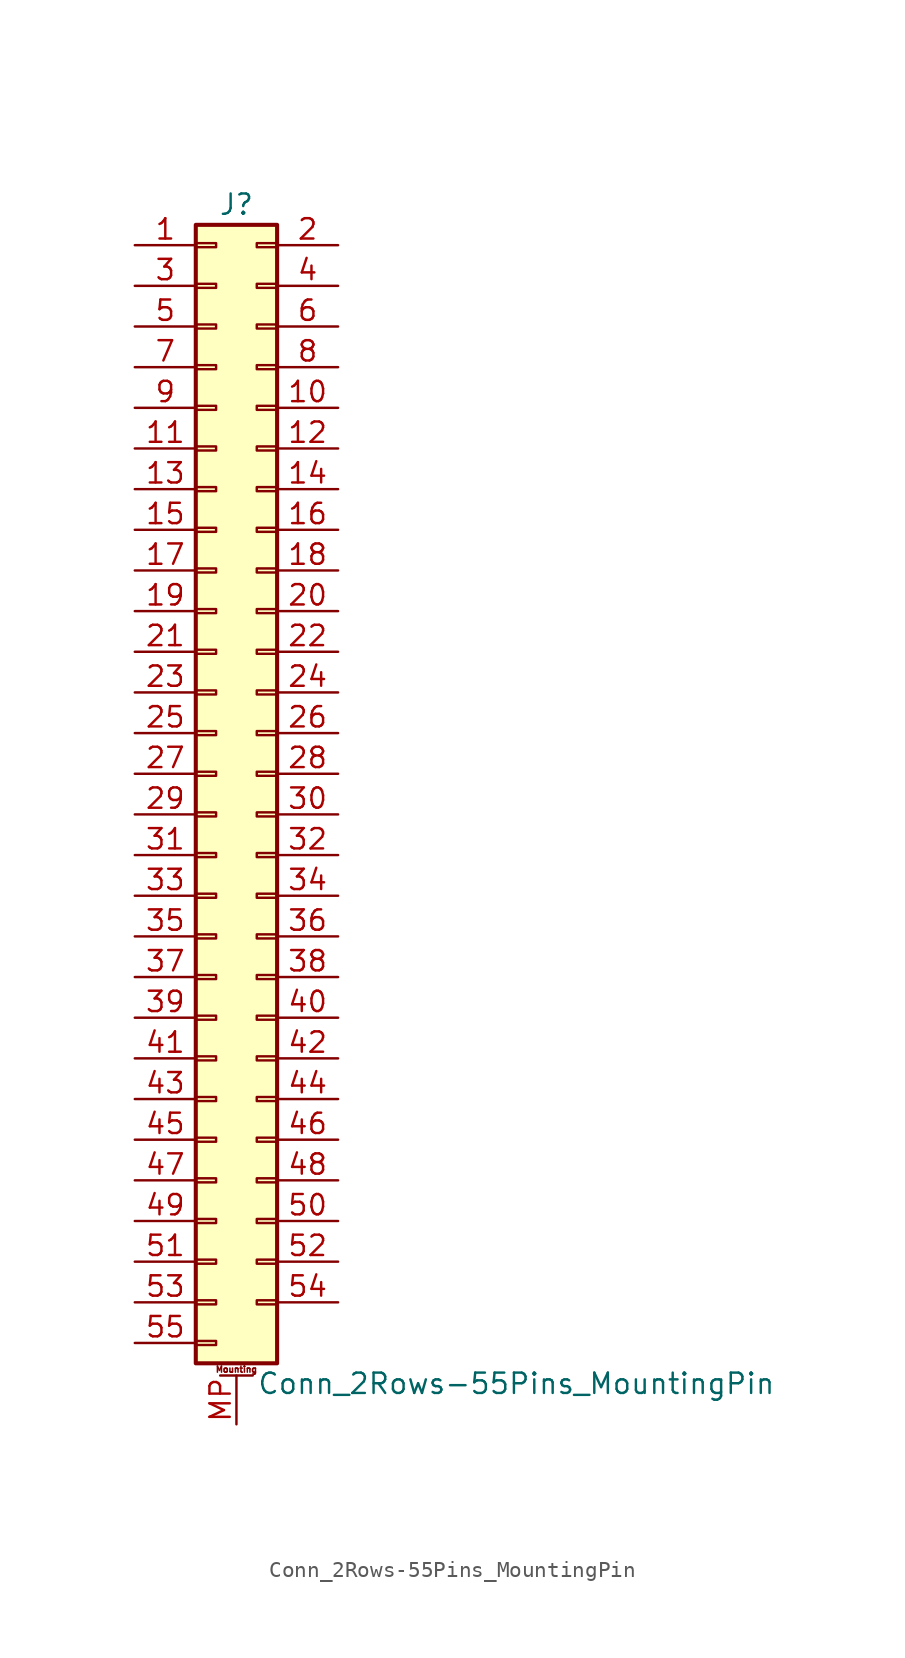
<source format=kicad_sym>
(kicad_symbol_lib
  (version 20201005)
  (generator kicad_symbol_editor)
  (symbol "Conn_2Rows-55Pins_MountingPin"
    (pin_names
      (offset 1.016) hide)
    (property "Reference" "J"
      (at 1.27 35.56 0)
      (effects (font (size 1.27 1.27))))
    (property "Value" "Conn_2Rows-55Pins_MountingPin"
      (at 2.54 -38.1 0)
      (effects (font (size 1.27 1.27)) (justify left)))
    (symbol "Conn_2Rows-55Pins_MountingPin_1_1"
      (text "Mounting" (at 1.27 -37.211 0) (effects (font (size 0.381 0.381))))
      (rectangle (start -1.27 -35.433) (end 0 -35.687) (stroke (width 0.152)) (fill (type none)))
      (rectangle (start -1.27 -32.893) (end 0 -33.147) (stroke (width 0.152)) (fill (type none)))
      (rectangle (start -1.27 -30.353) (end 0 -30.607) (stroke (width 0.152)) (fill (type none)))
      (rectangle (start -1.27 -27.813) (end 0 -28.067) (stroke (width 0.152)) (fill (type none)))
      (rectangle (start -1.27 -25.273) (end 0 -25.527) (stroke (width 0.152)) (fill (type none)))
      (rectangle (start -1.27 -22.733) (end 0 -22.987) (stroke (width 0.152)) (fill (type none)))
      (rectangle (start -1.27 -20.193) (end 0 -20.447) (stroke (width 0.152)) (fill (type none)))
      (rectangle (start -1.27 -17.653) (end 0 -17.907) (stroke (width 0.152)) (fill (type none)))
      (rectangle (start -1.27 -15.113) (end 0 -15.367) (stroke (width 0.152)) (fill (type none)))
      (rectangle (start -1.27 -12.573) (end 0 -12.827) (stroke (width 0.152)) (fill (type none)))
      (rectangle (start -1.27 -10.033) (end 0 -10.287) (stroke (width 0.152)) (fill (type none)))
      (rectangle (start -1.27 -7.493) (end 0 -7.747) (stroke (width 0.152)) (fill (type none)))
      (rectangle (start -1.27 -4.953) (end 0 -5.207) (stroke (width 0.152)) (fill (type none)))
      (rectangle (start -1.27 -2.413) (end 0 -2.667) (stroke (width 0.152)) (fill (type none)))
      (rectangle (start -1.27 0.127) (end 0 -0.127) (stroke (width 0.152)) (fill (type none)))
      (rectangle (start -1.27 2.667) (end 0 2.413) (stroke (width 0.152)) (fill (type none)))
      (rectangle (start -1.27 5.207) (end 0 4.953) (stroke (width 0.152)) (fill (type none)))
      (rectangle (start -1.27 7.747) (end 0 7.493) (stroke (width 0.152)) (fill (type none)))
      (rectangle (start -1.27 10.287) (end 0 10.033) (stroke (width 0.152)) (fill (type none)))
      (rectangle (start -1.27 12.827) (end 0 12.573) (stroke (width 0.152)) (fill (type none)))
      (rectangle (start -1.27 15.367) (end 0 15.113) (stroke (width 0.152)) (fill (type none)))
      (rectangle (start -1.27 17.907) (end 0 17.653) (stroke (width 0.152)) (fill (type none)))
      (rectangle (start -1.27 20.447) (end 0 20.193) (stroke (width 0.152)) (fill (type none)))
      (rectangle (start -1.27 22.987) (end 0 22.733) (stroke (width 0.152)) (fill (type none)))
      (rectangle (start -1.27 25.527) (end 0 25.273) (stroke (width 0.152)) (fill (type none)))
      (rectangle (start -1.27 28.067) (end 0 27.813) (stroke (width 0.152)) (fill (type none)))
      (rectangle (start -1.27 30.607) (end 0 30.353) (stroke (width 0.152)) (fill (type none)))
      (rectangle (start -1.27 33.147) (end 0 32.893) (stroke (width 0.152)) (fill (type none)))
      (rectangle (start -1.27 34.29) (end 3.81 -36.83) (stroke (width 0.254)) (fill (type background)))
      (rectangle (start 3.81 -32.893) (end 2.54 -33.147) (stroke (width 0.152)) (fill (type none)))
      (rectangle (start 3.81 -30.353) (end 2.54 -30.607) (stroke (width 0.152)) (fill (type none)))
      (rectangle (start 3.81 -27.813) (end 2.54 -28.067) (stroke (width 0.152)) (fill (type none)))
      (rectangle (start 3.81 -25.273) (end 2.54 -25.527) (stroke (width 0.152)) (fill (type none)))
      (rectangle (start 3.81 -22.733) (end 2.54 -22.987) (stroke (width 0.152)) (fill (type none)))
      (rectangle (start 3.81 -20.193) (end 2.54 -20.447) (stroke (width 0.152)) (fill (type none)))
      (rectangle (start 3.81 -17.653) (end 2.54 -17.907) (stroke (width 0.152)) (fill (type none)))
      (rectangle (start 3.81 -15.113) (end 2.54 -15.367) (stroke (width 0.152)) (fill (type none)))
      (rectangle (start 3.81 -12.573) (end 2.54 -12.827) (stroke (width 0.152)) (fill (type none)))
      (rectangle (start 3.81 -10.033) (end 2.54 -10.287) (stroke (width 0.152)) (fill (type none)))
      (rectangle (start 3.81 -7.493) (end 2.54 -7.747) (stroke (width 0.152)) (fill (type none)))
      (rectangle (start 3.81 -4.953) (end 2.54 -5.207) (stroke (width 0.152)) (fill (type none)))
      (rectangle (start 3.81 -2.413) (end 2.54 -2.667) (stroke (width 0.152)) (fill (type none)))
      (rectangle (start 3.81 0.127) (end 2.54 -0.127) (stroke (width 0.152)) (fill (type none)))
      (rectangle (start 3.81 2.667) (end 2.54 2.413) (stroke (width 0.152)) (fill (type none)))
      (rectangle (start 3.81 5.207) (end 2.54 4.953) (stroke (width 0.152)) (fill (type none)))
      (rectangle (start 3.81 7.747) (end 2.54 7.493) (stroke (width 0.152)) (fill (type none)))
      (rectangle (start 3.81 10.287) (end 2.54 10.033) (stroke (width 0.152)) (fill (type none)))
      (rectangle (start 3.81 12.827) (end 2.54 12.573) (stroke (width 0.152)) (fill (type none)))
      (rectangle (start 3.81 15.367) (end 2.54 15.113) (stroke (width 0.152)) (fill (type none)))
      (rectangle (start 3.81 17.907) (end 2.54 17.653) (stroke (width 0.152)) (fill (type none)))
      (rectangle (start 3.81 20.447) (end 2.54 20.193) (stroke (width 0.152)) (fill (type none)))
      (rectangle (start 3.81 22.987) (end 2.54 22.733) (stroke (width 0.152)) (fill (type none)))
      (rectangle (start 3.81 25.527) (end 2.54 25.273) (stroke (width 0.152)) (fill (type none)))
      (rectangle (start 3.81 28.067) (end 2.54 27.813) (stroke (width 0.152)) (fill (type none)))
      (rectangle (start 3.81 30.607) (end 2.54 30.353) (stroke (width 0.152)) (fill (type none)))
      (rectangle (start 3.81 33.147) (end 2.54 32.893) (stroke (width 0.152)) (fill (type none)))
      (polyline (pts (xy 0.254 -37.592) (xy 2.286 -37.592)) (stroke (width 0.152)) (fill (type none)))
      (pin passive line (at -5.08 33.02 0) (length 3.81) (name "Pin_1" (effects (font (size 1.27 1.27)))) (number "1" (effects (font (size 1.27 1.27)))))
      (pin passive line (at 7.62 22.86 180) (length 3.81) (name "Pin_10" (effects (font (size 1.27 1.27)))) (number "10" (effects (font (size 1.27 1.27)))))
      (pin passive line (at -5.08 20.32 0) (length 3.81) (name "Pin_11" (effects (font (size 1.27 1.27)))) (number "11" (effects (font (size 1.27 1.27)))))
      (pin passive line (at 7.62 20.32 180) (length 3.81) (name "Pin_12" (effects (font (size 1.27 1.27)))) (number "12" (effects (font (size 1.27 1.27)))))
      (pin passive line (at -5.08 17.78 0) (length 3.81) (name "Pin_13" (effects (font (size 1.27 1.27)))) (number "13" (effects (font (size 1.27 1.27)))))
      (pin passive line (at 7.62 17.78 180) (length 3.81) (name "Pin_14" (effects (font (size 1.27 1.27)))) (number "14" (effects (font (size 1.27 1.27)))))
      (pin passive line (at -5.08 15.24 0) (length 3.81) (name "Pin_15" (effects (font (size 1.27 1.27)))) (number "15" (effects (font (size 1.27 1.27)))))
      (pin passive line (at 7.62 15.24 180) (length 3.81) (name "Pin_16" (effects (font (size 1.27 1.27)))) (number "16" (effects (font (size 1.27 1.27)))))
      (pin passive line (at -5.08 12.7 0) (length 3.81) (name "Pin_17" (effects (font (size 1.27 1.27)))) (number "17" (effects (font (size 1.27 1.27)))))
      (pin passive line (at 7.62 12.7 180) (length 3.81) (name "Pin_18" (effects (font (size 1.27 1.27)))) (number "18" (effects (font (size 1.27 1.27)))))
      (pin passive line (at -5.08 10.16 0) (length 3.81) (name "Pin_19" (effects (font (size 1.27 1.27)))) (number "19" (effects (font (size 1.27 1.27)))))
      (pin passive line (at 7.62 33.02 180) (length 3.81) (name "Pin_2" (effects (font (size 1.27 1.27)))) (number "2" (effects (font (size 1.27 1.27)))))
      (pin passive line (at 7.62 10.16 180) (length 3.81) (name "Pin_20" (effects (font (size 1.27 1.27)))) (number "20" (effects (font (size 1.27 1.27)))))
      (pin passive line (at -5.08 7.62 0) (length 3.81) (name "Pin_21" (effects (font (size 1.27 1.27)))) (number "21" (effects (font (size 1.27 1.27)))))
      (pin passive line (at 7.62 7.62 180) (length 3.81) (name "Pin_22" (effects (font (size 1.27 1.27)))) (number "22" (effects (font (size 1.27 1.27)))))
      (pin passive line (at -5.08 5.08 0) (length 3.81) (name "Pin_23" (effects (font (size 1.27 1.27)))) (number "23" (effects (font (size 1.27 1.27)))))
      (pin passive line (at 7.62 5.08 180) (length 3.81) (name "Pin_24" (effects (font (size 1.27 1.27)))) (number "24" (effects (font (size 1.27 1.27)))))
      (pin passive line (at -5.08 2.54 0) (length 3.81) (name "Pin_25" (effects (font (size 1.27 1.27)))) (number "25" (effects (font (size 1.27 1.27)))))
      (pin passive line (at 7.62 2.54 180) (length 3.81) (name "Pin_26" (effects (font (size 1.27 1.27)))) (number "26" (effects (font (size 1.27 1.27)))))
      (pin passive line (at -5.08 0 0) (length 3.81) (name "Pin_27" (effects (font (size 1.27 1.27)))) (number "27" (effects (font (size 1.27 1.27)))))
      (pin passive line (at 7.62 0 180) (length 3.81) (name "Pin_28" (effects (font (size 1.27 1.27)))) (number "28" (effects (font (size 1.27 1.27)))))
      (pin passive line (at -5.08 -2.54 0) (length 3.81) (name "Pin_29" (effects (font (size 1.27 1.27)))) (number "29" (effects (font (size 1.27 1.27)))))
      (pin passive line (at -5.08 30.48 0) (length 3.81) (name "Pin_3" (effects (font (size 1.27 1.27)))) (number "3" (effects (font (size 1.27 1.27)))))
      (pin passive line (at 7.62 -2.54 180) (length 3.81) (name "Pin_30" (effects (font (size 1.27 1.27)))) (number "30" (effects (font (size 1.27 1.27)))))
      (pin passive line (at -5.08 -5.08 0) (length 3.81) (name "Pin_31" (effects (font (size 1.27 1.27)))) (number "31" (effects (font (size 1.27 1.27)))))
      (pin passive line (at 7.62 -5.08 180) (length 3.81) (name "Pin_32" (effects (font (size 1.27 1.27)))) (number "32" (effects (font (size 1.27 1.27)))))
      (pin passive line (at -5.08 -7.62 0) (length 3.81) (name "Pin_33" (effects (font (size 1.27 1.27)))) (number "33" (effects (font (size 1.27 1.27)))))
      (pin passive line (at 7.62 -7.62 180) (length 3.81) (name "Pin_34" (effects (font (size 1.27 1.27)))) (number "34" (effects (font (size 1.27 1.27)))))
      (pin passive line (at -5.08 -10.16 0) (length 3.81) (name "Pin_35" (effects (font (size 1.27 1.27)))) (number "35" (effects (font (size 1.27 1.27)))))
      (pin passive line (at 7.62 -10.16 180) (length 3.81) (name "Pin_36" (effects (font (size 1.27 1.27)))) (number "36" (effects (font (size 1.27 1.27)))))
      (pin passive line (at -5.08 -12.7 0) (length 3.81) (name "Pin_37" (effects (font (size 1.27 1.27)))) (number "37" (effects (font (size 1.27 1.27)))))
      (pin passive line (at 7.62 -12.7 180) (length 3.81) (name "Pin_38" (effects (font (size 1.27 1.27)))) (number "38" (effects (font (size 1.27 1.27)))))
      (pin passive line (at -5.08 -15.24 0) (length 3.81) (name "Pin_39" (effects (font (size 1.27 1.27)))) (number "39" (effects (font (size 1.27 1.27)))))
      (pin passive line (at 7.62 30.48 180) (length 3.81) (name "Pin_4" (effects (font (size 1.27 1.27)))) (number "4" (effects (font (size 1.27 1.27)))))
      (pin passive line (at 7.62 -15.24 180) (length 3.81) (name "Pin_40" (effects (font (size 1.27 1.27)))) (number "40" (effects (font (size 1.27 1.27)))))
      (pin passive line (at -5.08 -17.78 0) (length 3.81) (name "Pin_41" (effects (font (size 1.27 1.27)))) (number "41" (effects (font (size 1.27 1.27)))))
      (pin passive line (at 7.62 -17.78 180) (length 3.81) (name "Pin_42" (effects (font (size 1.27 1.27)))) (number "42" (effects (font (size 1.27 1.27)))))
      (pin passive line (at -5.08 -20.32 0) (length 3.81) (name "Pin_43" (effects (font (size 1.27 1.27)))) (number "43" (effects (font (size 1.27 1.27)))))
      (pin passive line (at 7.62 -20.32 180) (length 3.81) (name "Pin_44" (effects (font (size 1.27 1.27)))) (number "44" (effects (font (size 1.27 1.27)))))
      (pin passive line (at -5.08 -22.86 0) (length 3.81) (name "Pin_45" (effects (font (size 1.27 1.27)))) (number "45" (effects (font (size 1.27 1.27)))))
      (pin passive line (at 7.62 -22.86 180) (length 3.81) (name "Pin_46" (effects (font (size 1.27 1.27)))) (number "46" (effects (font (size 1.27 1.27)))))
      (pin passive line (at -5.08 -25.4 0) (length 3.81) (name "Pin_47" (effects (font (size 1.27 1.27)))) (number "47" (effects (font (size 1.27 1.27)))))
      (pin passive line (at 7.62 -25.4 180) (length 3.81) (name "Pin_48" (effects (font (size 1.27 1.27)))) (number "48" (effects (font (size 1.27 1.27)))))
      (pin passive line (at -5.08 -27.94 0) (length 3.81) (name "Pin_49" (effects (font (size 1.27 1.27)))) (number "49" (effects (font (size 1.27 1.27)))))
      (pin passive line (at -5.08 27.94 0) (length 3.81) (name "Pin_5" (effects (font (size 1.27 1.27)))) (number "5" (effects (font (size 1.27 1.27)))))
      (pin passive line (at 7.62 -27.94 180) (length 3.81) (name "Pin_50" (effects (font (size 1.27 1.27)))) (number "50" (effects (font (size 1.27 1.27)))))
      (pin passive line (at -5.08 -30.48 0) (length 3.81) (name "Pin_51" (effects (font (size 1.27 1.27)))) (number "51" (effects (font (size 1.27 1.27)))))
      (pin passive line (at 7.62 -30.48 180) (length 3.81) (name "Pin_52" (effects (font (size 1.27 1.27)))) (number "52" (effects (font (size 1.27 1.27)))))
      (pin passive line (at -5.08 -33.02 0) (length 3.81) (name "Pin_53" (effects (font (size 1.27 1.27)))) (number "53" (effects (font (size 1.27 1.27)))))
      (pin passive line (at 7.62 -33.02 180) (length 3.81) (name "Pin_54" (effects (font (size 1.27 1.27)))) (number "54" (effects (font (size 1.27 1.27)))))
      (pin passive line (at -5.08 -35.56 0) (length 3.81) (name "Pin_55" (effects (font (size 1.27 1.27)))) (number "55" (effects (font (size 1.27 1.27)))))
      (pin passive line (at 7.62 27.94 180) (length 3.81) (name "Pin_6" (effects (font (size 1.27 1.27)))) (number "6" (effects (font (size 1.27 1.27)))))
      (pin passive line (at -5.08 25.4 0) (length 3.81) (name "Pin_7" (effects (font (size 1.27 1.27)))) (number "7" (effects (font (size 1.27 1.27)))))
      (pin passive line (at 7.62 25.4 180) (length 3.81) (name "Pin_8" (effects (font (size 1.27 1.27)))) (number "8" (effects (font (size 1.27 1.27)))))
      (pin passive line (at -5.08 22.86 0) (length 3.81) (name "Pin_9" (effects (font (size 1.27 1.27)))) (number "9" (effects (font (size 1.27 1.27)))))
      (pin passive line (at 1.27 -40.64 90) (length 3.048) (name "MountPin" (effects (font (size 1.27 1.27)))) (number "MP" (effects (font (size 1.27 1.27))))))))
</source>
